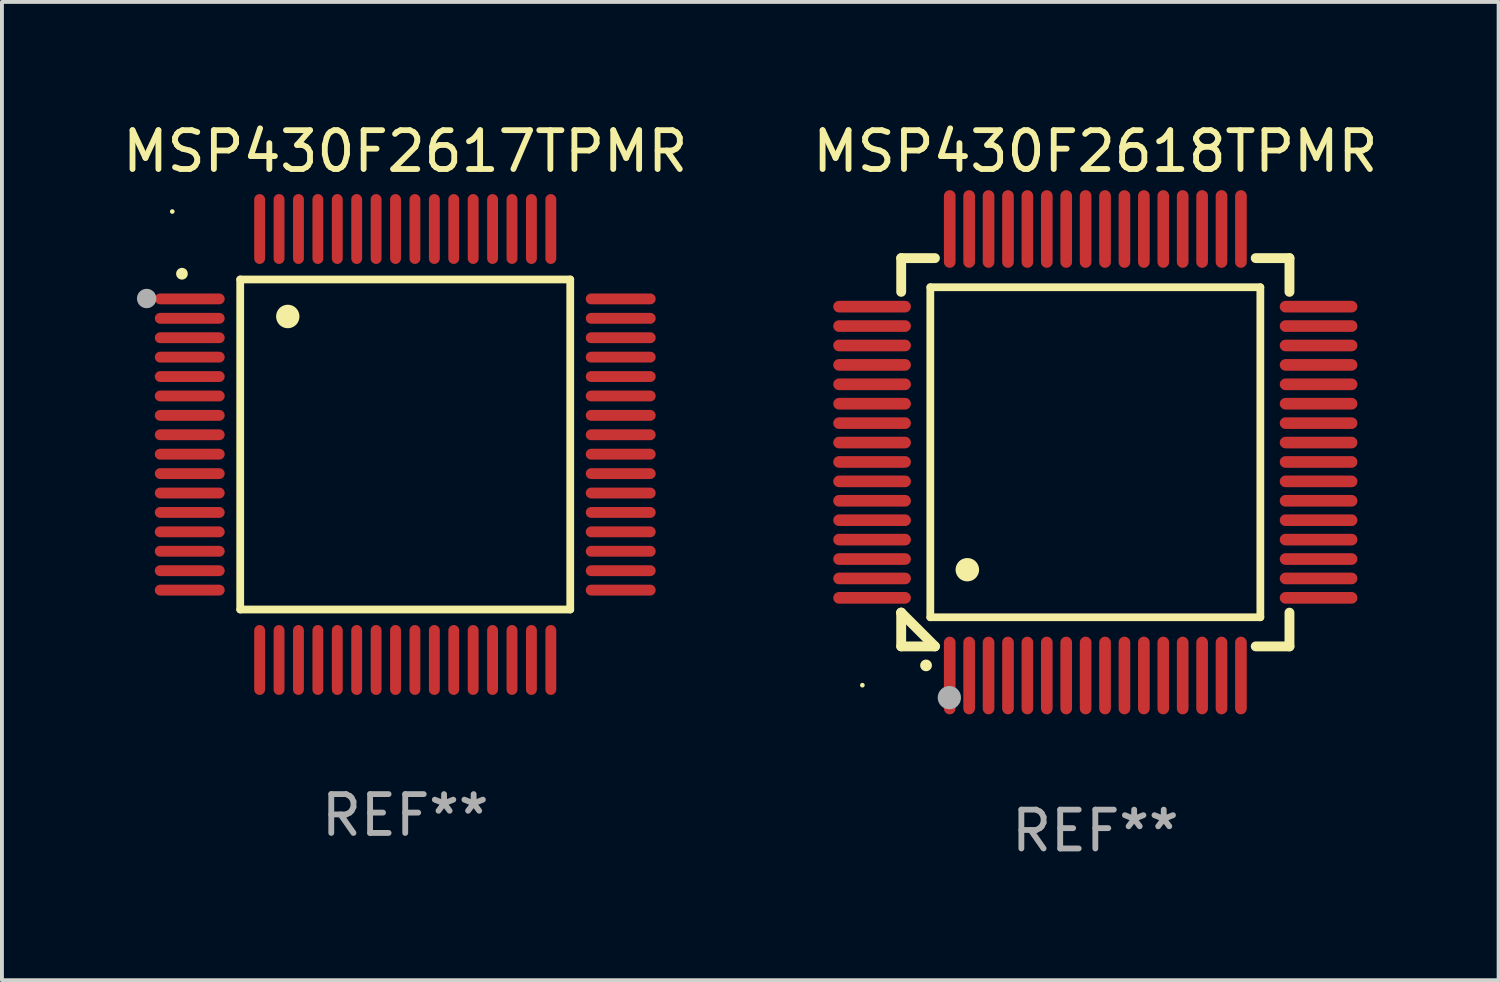
<source format=kicad_pcb>
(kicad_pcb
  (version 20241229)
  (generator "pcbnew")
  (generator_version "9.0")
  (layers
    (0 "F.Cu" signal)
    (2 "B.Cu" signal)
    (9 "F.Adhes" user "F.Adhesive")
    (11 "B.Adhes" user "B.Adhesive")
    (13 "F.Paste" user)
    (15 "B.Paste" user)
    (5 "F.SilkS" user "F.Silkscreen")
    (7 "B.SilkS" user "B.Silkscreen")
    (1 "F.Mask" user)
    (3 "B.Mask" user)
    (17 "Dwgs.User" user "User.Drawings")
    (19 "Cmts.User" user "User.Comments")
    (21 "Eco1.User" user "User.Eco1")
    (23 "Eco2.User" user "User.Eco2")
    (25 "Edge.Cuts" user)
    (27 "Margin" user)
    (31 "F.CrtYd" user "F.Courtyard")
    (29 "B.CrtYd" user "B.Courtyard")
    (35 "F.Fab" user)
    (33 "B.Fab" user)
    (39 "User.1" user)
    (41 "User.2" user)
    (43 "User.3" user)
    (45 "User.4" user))
  (footprint "MSP430F2617TPMR"
    (layer "F.Cu")
    (at 7.387 8.398)
    (property "Reference" "MSP430F2617TPMR" (at 0 -7.55 0) (layer "F.SilkS") (effects (font (size 1 1) (thickness 0.15))))
    (attr through_hole)
    (fp_line (start -4.25 -4.25) (end -4.25 4.25) (stroke (width 0.2) (type solid)) (layer "F.SilkS"))
    (fp_line (start -4.25 4.25) (end 4.25 4.25) (stroke (width 0.2) (type solid)) (layer "F.SilkS"))
    (fp_line (start 4.25 -4.25) (end -4.25 -4.25) (stroke (width 0.2) (type solid)) (layer "F.SilkS"))
    (fp_line (start 4.25 4.25) (end 4.25 -4.25) (stroke (width 0.2) (type solid)) (layer "F.SilkS"))
    (fp_arc (start -5.750572 -4.396749) (mid -5.750577 -4.398019) (end -5.750572 -4.399289) (stroke (width 0.3) (type solid)) (layer "F.SilkS"))
    (fp_arc (start -3.025146 -3.294387) (mid -3.025157 -3.296927) (end -3.025146 -3.299467) (stroke (width 0.6) (type solid)) (layer "F.SilkS"))
    (fp_circle (center -6 -6) (end -5.97 -6) (stroke (width 0.06) (type solid)) (fill no) (layer "F.SilkS"))
    (fp_circle (center -6.66 -3.76) (end -6.535 -3.76) (stroke (width 0.25) (type solid)) (fill no) (layer "F.Fab"))
    (fp_text user "REF**" (at 0 9.55 0) (layer "F.Fab") (effects (font (size 1 1) (thickness 0.15))))
    (pad "1" smd oval (at -5.55 -3.75) (size 1.8 0.28) (layers "F.Cu" "F.Mask" "F.Paste"))
    (pad "2" smd oval (at -5.55 -3.25) (size 1.8 0.28) (layers "F.Cu" "F.Mask" "F.Paste"))
    (pad "3" smd oval (at -5.55 -2.75) (size 1.8 0.28) (layers "F.Cu" "F.Mask" "F.Paste"))
    (pad "4" smd oval (at -5.55 -2.25) (size 1.8 0.28) (layers "F.Cu" "F.Mask" "F.Paste"))
    (pad "5" smd oval (at -5.55 -1.75) (size 1.8 0.28) (layers "F.Cu" "F.Mask" "F.Paste"))
    (pad "6" smd oval (at -5.55 -1.25) (size 1.8 0.28) (layers "F.Cu" "F.Mask" "F.Paste"))
    (pad "7" smd oval (at -5.55 -0.75) (size 1.8 0.28) (layers "F.Cu" "F.Mask" "F.Paste"))
    (pad "8" smd oval (at -5.55 -0.25) (size 1.8 0.28) (layers "F.Cu" "F.Mask" "F.Paste"))
    (pad "9" smd oval (at -5.55 0.25) (size 1.8 0.28) (layers "F.Cu" "F.Mask" "F.Paste"))
    (pad "10" smd oval (at -5.55 0.75) (size 1.8 0.28) (layers "F.Cu" "F.Mask" "F.Paste"))
    (pad "11" smd oval (at -5.55 1.25) (size 1.8 0.28) (layers "F.Cu" "F.Mask" "F.Paste"))
    (pad "12" smd oval (at -5.55 1.75) (size 1.8 0.28) (layers "F.Cu" "F.Mask" "F.Paste"))
    (pad "13" smd oval (at -5.55 2.25) (size 1.8 0.28) (layers "F.Cu" "F.Mask" "F.Paste"))
    (pad "14" smd oval (at -5.55 2.75) (size 1.8 0.28) (layers "F.Cu" "F.Mask" "F.Paste"))
    (pad "15" smd oval (at -5.55 3.25) (size 1.8 0.28) (layers "F.Cu" "F.Mask" "F.Paste"))
    (pad "16" smd oval (at -5.55 3.75) (size 1.8 0.28) (layers "F.Cu" "F.Mask" "F.Paste"))
    (pad "17" smd oval (at -3.75 5.55) (size 0.28 1.8) (layers "F.Cu" "F.Mask" "F.Paste"))
    (pad "18" smd oval (at -3.25 5.55) (size 0.28 1.8) (layers "F.Cu" "F.Mask" "F.Paste"))
    (pad "19" smd oval (at -2.75 5.55) (size 0.28 1.8) (layers "F.Cu" "F.Mask" "F.Paste"))
    (pad "20" smd oval (at -2.25 5.55) (size 0.28 1.8) (layers "F.Cu" "F.Mask" "F.Paste"))
    (pad "21" smd oval (at -1.75 5.55) (size 0.28 1.8) (layers "F.Cu" "F.Mask" "F.Paste"))
    (pad "22" smd oval (at -1.25 5.55) (size 0.28 1.8) (layers "F.Cu" "F.Mask" "F.Paste"))
    (pad "23" smd oval (at -0.75 5.55) (size 0.28 1.8) (layers "F.Cu" "F.Mask" "F.Paste"))
    (pad "24" smd oval (at -0.25 5.55) (size 0.28 1.8) (layers "F.Cu" "F.Mask" "F.Paste"))
    (pad "25" smd oval (at 0.25 5.55) (size 0.28 1.8) (layers "F.Cu" "F.Mask" "F.Paste"))
    (pad "26" smd oval (at 0.75 5.55) (size 0.28 1.8) (layers "F.Cu" "F.Mask" "F.Paste"))
    (pad "27" smd oval (at 1.25 5.55) (size 0.28 1.8) (layers "F.Cu" "F.Mask" "F.Paste"))
    (pad "28" smd oval (at 1.75 5.55) (size 0.28 1.8) (layers "F.Cu" "F.Mask" "F.Paste"))
    (pad "29" smd oval (at 2.25 5.55) (size 0.28 1.8) (layers "F.Cu" "F.Mask" "F.Paste"))
    (pad "30" smd oval (at 2.75 5.55) (size 0.28 1.8) (layers "F.Cu" "F.Mask" "F.Paste"))
    (pad "31" smd oval (at 3.25 5.55) (size 0.28 1.8) (layers "F.Cu" "F.Mask" "F.Paste"))
    (pad "32" smd oval (at 3.75 5.55) (size 0.28 1.8) (layers "F.Cu" "F.Mask" "F.Paste"))
    (pad "33" smd oval (at 5.55 3.75) (size 1.8 0.28) (layers "F.Cu" "F.Mask" "F.Paste"))
    (pad "34" smd oval (at 5.55 3.25) (size 1.8 0.28) (layers "F.Cu" "F.Mask" "F.Paste"))
    (pad "35" smd oval (at 5.55 2.75) (size 1.8 0.28) (layers "F.Cu" "F.Mask" "F.Paste"))
    (pad "36" smd oval (at 5.55 2.25) (size 1.8 0.28) (layers "F.Cu" "F.Mask" "F.Paste"))
    (pad "37" smd oval (at 5.55 1.75) (size 1.8 0.28) (layers "F.Cu" "F.Mask" "F.Paste"))
    (pad "38" smd oval (at 5.55 1.25) (size 1.8 0.28) (layers "F.Cu" "F.Mask" "F.Paste"))
    (pad "39" smd oval (at 5.55 0.75) (size 1.8 0.28) (layers "F.Cu" "F.Mask" "F.Paste"))
    (pad "40" smd oval (at 5.55 0.25) (size 1.8 0.28) (layers "F.Cu" "F.Mask" "F.Paste"))
    (pad "41" smd oval (at 5.55 -0.25) (size 1.8 0.28) (layers "F.Cu" "F.Mask" "F.Paste"))
    (pad "42" smd oval (at 5.55 -0.75) (size 1.8 0.28) (layers "F.Cu" "F.Mask" "F.Paste"))
    (pad "43" smd oval (at 5.55 -1.25) (size 1.8 0.28) (layers "F.Cu" "F.Mask" "F.Paste"))
    (pad "44" smd oval (at 5.55 -1.75) (size 1.8 0.28) (layers "F.Cu" "F.Mask" "F.Paste"))
    (pad "45" smd oval (at 5.55 -2.25) (size 1.8 0.28) (layers "F.Cu" "F.Mask" "F.Paste"))
    (pad "46" smd oval (at 5.55 -2.75) (size 1.8 0.28) (layers "F.Cu" "F.Mask" "F.Paste"))
    (pad "47" smd oval (at 5.55 -3.25) (size 1.8 0.28) (layers "F.Cu" "F.Mask" "F.Paste"))
    (pad "48" smd oval (at 5.55 -3.75) (size 1.8 0.28) (layers "F.Cu" "F.Mask" "F.Paste"))
    (pad "49" smd oval (at 3.75 -5.55) (size 0.28 1.8) (layers "F.Cu" "F.Mask" "F.Paste"))
    (pad "50" smd oval (at 3.25 -5.55) (size 0.28 1.8) (layers "F.Cu" "F.Mask" "F.Paste"))
    (pad "51" smd oval (at 2.75 -5.55) (size 0.28 1.8) (layers "F.Cu" "F.Mask" "F.Paste"))
    (pad "52" smd oval (at 2.25 -5.55) (size 0.28 1.8) (layers "F.Cu" "F.Mask" "F.Paste"))
    (pad "53" smd oval (at 1.75 -5.55) (size 0.28 1.8) (layers "F.Cu" "F.Mask" "F.Paste"))
    (pad "54" smd oval (at 1.25 -5.55) (size 0.28 1.8) (layers "F.Cu" "F.Mask" "F.Paste"))
    (pad "55" smd oval (at 0.75 -5.55) (size 0.28 1.8) (layers "F.Cu" "F.Mask" "F.Paste"))
    (pad "56" smd oval (at 0.25 -5.55) (size 0.28 1.8) (layers "F.Cu" "F.Mask" "F.Paste"))
    (pad "57" smd oval (at -0.25 -5.55) (size 0.28 1.8) (layers "F.Cu" "F.Mask" "F.Paste"))
    (pad "58" smd oval (at -0.75 -5.55) (size 0.28 1.8) (layers "F.Cu" "F.Mask" "F.Paste"))
    (pad "59" smd oval (at -1.25 -5.55) (size 0.28 1.8) (layers "F.Cu" "F.Mask" "F.Paste"))
    (pad "60" smd oval (at -1.75 -5.55) (size 0.28 1.8) (layers "F.Cu" "F.Mask" "F.Paste"))
    (pad "61" smd oval (at -2.25 -5.55) (size 0.28 1.8) (layers "F.Cu" "F.Mask" "F.Paste"))
    (pad "62" smd oval (at -2.75 -5.55) (size 0.28 1.8) (layers "F.Cu" "F.Mask" "F.Paste"))
    (pad "63" smd oval (at -3.25 -5.55) (size 0.28 1.8) (layers "F.Cu" "F.Mask" "F.Paste"))
    (pad "64" smd oval (at -3.75 -5.55) (size 0.28 1.8) (layers "F.Cu" "F.Mask" "F.Paste")))
  (footprint "MSP430F2618TPMR"
    (layer "F.Cu")
    (at 25.161 8.598)
    (property "Reference" "MSP430F2618TPMR" (at 0 -7.75 0) (layer "F.SilkS") (effects (font (size 1 1) (thickness 0.15))))
    (attr through_hole)
    (fp_line (start -5 -5) (end -4.131 -5) (stroke (width 0.254) (type solid)) (layer "F.SilkS"))
    (fp_line (start -5 -4.131) (end -5 -5) (stroke (width 0.254) (type solid)) (layer "F.SilkS"))
    (fp_line (start -5 4.131) (end -5 4.131) (stroke (width 0.254) (type solid)) (layer "F.SilkS"))
    (fp_line (start -5 5) (end -5 4.131) (stroke (width 0.254) (type solid)) (layer "F.SilkS"))
    (fp_line (start -5 4.131) (end -4.131 5) (stroke (width 0.254) (type solid)) (layer "F.SilkS"))
    (fp_line (start -4.25 -4.25) (end -4.25 4.25) (stroke (width 0.2) (type solid)) (layer "F.SilkS"))
    (fp_line (start -4.25 4.25) (end 4.25 4.25) (stroke (width 0.2) (type solid)) (layer "F.SilkS"))
    (fp_line (start -4.131 5) (end -5 5) (stroke (width 0.254) (type solid)) (layer "F.SilkS"))
    (fp_line (start 4.25 -4.25) (end -4.25 -4.25) (stroke (width 0.2) (type solid)) (layer "F.SilkS"))
    (fp_line (start 4.25 4.25) (end 4.25 -4.25) (stroke (width 0.2) (type solid)) (layer "F.SilkS"))
    (fp_line (start 5 -5) (end 4.131 -5) (stroke (width 0.254) (type solid)) (layer "F.SilkS"))
    (fp_line (start 5 -5) (end 5 -4.131) (stroke (width 0.254) (type solid)) (layer "F.SilkS"))
    (fp_line (start 5 4.131) (end 5 5) (stroke (width 0.254) (type solid)) (layer "F.SilkS"))
    (fp_line (start 5 5) (end 4.131 5) (stroke (width 0.254) (type solid)) (layer "F.SilkS"))
    (fp_arc (start -4.361265 5.489992) (mid -4.359995 5.489987) (end -4.358725 5.489992) (stroke (width 0.3) (type solid)) (layer "F.SilkS"))
    (fp_arc (start -3.299467 3.025146) (mid -3.296927 3.025135) (end -3.294387 3.025146) (stroke (width 0.6) (type solid)) (layer "F.SilkS"))
    (fp_circle (center -6 6) (end -5.97 6) (stroke (width 0.06) (type solid)) (fill no) (layer "F.SilkS"))
    (fp_circle (center -3.76 6.32) (end -3.61 6.32) (stroke (width 0.3) (type solid)) (fill no) (layer "F.Fab"))
    (fp_text user "REF**" (at 0 9.75 0) (layer "F.Fab") (effects (font (size 1 1) (thickness 0.15))))
    (pad "1" smd oval (at -3.75 5.75) (size 0.3 2) (layers "F.Cu" "F.Mask" "F.Paste"))
    (pad "2" smd oval (at -3.25 5.75) (size 0.3 2) (layers "F.Cu" "F.Mask" "F.Paste"))
    (pad "3" smd oval (at -2.75 5.75) (size 0.3 2) (layers "F.Cu" "F.Mask" "F.Paste"))
    (pad "4" smd oval (at -2.25 5.75) (size 0.3 2) (layers "F.Cu" "F.Mask" "F.Paste"))
    (pad "5" smd oval (at -1.75 5.75) (size 0.3 2) (layers "F.Cu" "F.Mask" "F.Paste"))
    (pad "6" smd oval (at -1.25 5.75) (size 0.3 2) (layers "F.Cu" "F.Mask" "F.Paste"))
    (pad "7" smd oval (at -0.75 5.75) (size 0.3 2) (layers "F.Cu" "F.Mask" "F.Paste"))
    (pad "8" smd oval (at -0.25 5.75) (size 0.3 2) (layers "F.Cu" "F.Mask" "F.Paste"))
    (pad "9" smd oval (at 0.25 5.75) (size 0.3 2) (layers "F.Cu" "F.Mask" "F.Paste"))
    (pad "10" smd oval (at 0.75 5.75) (size 0.3 2) (layers "F.Cu" "F.Mask" "F.Paste"))
    (pad "11" smd oval (at 1.25 5.75) (size 0.3 2) (layers "F.Cu" "F.Mask" "F.Paste"))
    (pad "12" smd oval (at 1.75 5.75) (size 0.3 2) (layers "F.Cu" "F.Mask" "F.Paste"))
    (pad "13" smd oval (at 2.25 5.75) (size 0.3 2) (layers "F.Cu" "F.Mask" "F.Paste"))
    (pad "14" smd oval (at 2.75 5.75) (size 0.3 2) (layers "F.Cu" "F.Mask" "F.Paste"))
    (pad "15" smd oval (at 3.25 5.75) (size 0.3 2) (layers "F.Cu" "F.Mask" "F.Paste"))
    (pad "16" smd oval (at 3.75 5.75) (size 0.3 2) (layers "F.Cu" "F.Mask" "F.Paste"))
    (pad "17" smd oval (at 5.75 3.75) (size 2 0.3) (layers "F.Cu" "F.Mask" "F.Paste"))
    (pad "18" smd oval (at 5.75 3.25) (size 2 0.3) (layers "F.Cu" "F.Mask" "F.Paste"))
    (pad "19" smd oval (at 5.75 2.75) (size 2 0.3) (layers "F.Cu" "F.Mask" "F.Paste"))
    (pad "20" smd oval (at 5.75 2.25) (size 2 0.3) (layers "F.Cu" "F.Mask" "F.Paste"))
    (pad "21" smd oval (at 5.75 1.75) (size 2 0.3) (layers "F.Cu" "F.Mask" "F.Paste"))
    (pad "22" smd oval (at 5.75 1.25) (size 2 0.3) (layers "F.Cu" "F.Mask" "F.Paste"))
    (pad "23" smd oval (at 5.75 0.75) (size 2 0.3) (layers "F.Cu" "F.Mask" "F.Paste"))
    (pad "24" smd oval (at 5.75 0.25) (size 2 0.3) (layers "F.Cu" "F.Mask" "F.Paste"))
    (pad "25" smd oval (at 5.75 -0.25) (size 2 0.3) (layers "F.Cu" "F.Mask" "F.Paste"))
    (pad "26" smd oval (at 5.75 -0.75) (size 2 0.3) (layers "F.Cu" "F.Mask" "F.Paste"))
    (pad "27" smd oval (at 5.75 -1.25) (size 2 0.3) (layers "F.Cu" "F.Mask" "F.Paste"))
    (pad "28" smd oval (at 5.75 -1.75) (size 2 0.3) (layers "F.Cu" "F.Mask" "F.Paste"))
    (pad "29" smd oval (at 5.75 -2.25) (size 2 0.3) (layers "F.Cu" "F.Mask" "F.Paste"))
    (pad "30" smd oval (at 5.75 -2.75) (size 2 0.3) (layers "F.Cu" "F.Mask" "F.Paste"))
    (pad "31" smd oval (at 5.75 -3.25) (size 2 0.3) (layers "F.Cu" "F.Mask" "F.Paste"))
    (pad "32" smd oval (at 5.75 -3.75) (size 2 0.3) (layers "F.Cu" "F.Mask" "F.Paste"))
    (pad "33" smd oval (at 3.75 -5.75) (size 0.3 2) (layers "F.Cu" "F.Mask" "F.Paste"))
    (pad "34" smd oval (at 3.25 -5.75) (size 0.3 2) (layers "F.Cu" "F.Mask" "F.Paste"))
    (pad "35" smd oval (at 2.75 -5.75) (size 0.3 2) (layers "F.Cu" "F.Mask" "F.Paste"))
    (pad "36" smd oval (at 2.25 -5.75) (size 0.3 2) (layers "F.Cu" "F.Mask" "F.Paste"))
    (pad "37" smd oval (at 1.75 -5.75) (size 0.3 2) (layers "F.Cu" "F.Mask" "F.Paste"))
    (pad "38" smd oval (at 1.25 -5.75) (size 0.3 2) (layers "F.Cu" "F.Mask" "F.Paste"))
    (pad "39" smd oval (at 0.75 -5.75) (size 0.3 2) (layers "F.Cu" "F.Mask" "F.Paste"))
    (pad "40" smd oval (at 0.25 -5.75) (size 0.3 2) (layers "F.Cu" "F.Mask" "F.Paste"))
    (pad "41" smd oval (at -0.25 -5.75) (size 0.3 2) (layers "F.Cu" "F.Mask" "F.Paste"))
    (pad "42" smd oval (at -0.75 -5.75) (size 0.3 2) (layers "F.Cu" "F.Mask" "F.Paste"))
    (pad "43" smd oval (at -1.25 -5.75) (size 0.3 2) (layers "F.Cu" "F.Mask" "F.Paste"))
    (pad "44" smd oval (at -1.75 -5.75) (size 0.3 2) (layers "F.Cu" "F.Mask" "F.Paste"))
    (pad "45" smd oval (at -2.25 -5.75) (size 0.3 2) (layers "F.Cu" "F.Mask" "F.Paste"))
    (pad "46" smd oval (at -2.75 -5.75) (size 0.3 2) (layers "F.Cu" "F.Mask" "F.Paste"))
    (pad "47" smd oval (at -3.25 -5.75) (size 0.3 2) (layers "F.Cu" "F.Mask" "F.Paste"))
    (pad "48" smd oval (at -3.75 -5.75) (size 0.3 2) (layers "F.Cu" "F.Mask" "F.Paste"))
    (pad "49" smd oval (at -5.75 -3.75) (size 2 0.3) (layers "F.Cu" "F.Mask" "F.Paste"))
    (pad "50" smd oval (at -5.75 -3.25) (size 2 0.3) (layers "F.Cu" "F.Mask" "F.Paste"))
    (pad "51" smd oval (at -5.75 -2.75) (size 2 0.3) (layers "F.Cu" "F.Mask" "F.Paste"))
    (pad "52" smd oval (at -5.75 -2.25) (size 2 0.3) (layers "F.Cu" "F.Mask" "F.Paste"))
    (pad "53" smd oval (at -5.75 -1.75) (size 2 0.3) (layers "F.Cu" "F.Mask" "F.Paste"))
    (pad "54" smd oval (at -5.75 -1.25) (size 2 0.3) (layers "F.Cu" "F.Mask" "F.Paste"))
    (pad "55" smd oval (at -5.75 -0.75) (size 2 0.3) (layers "F.Cu" "F.Mask" "F.Paste"))
    (pad "56" smd oval (at -5.75 -0.25) (size 2 0.3) (layers "F.Cu" "F.Mask" "F.Paste"))
    (pad "57" smd oval (at -5.75 0.25) (size 2 0.3) (layers "F.Cu" "F.Mask" "F.Paste"))
    (pad "58" smd oval (at -5.75 0.75) (size 2 0.3) (layers "F.Cu" "F.Mask" "F.Paste"))
    (pad "59" smd oval (at -5.75 1.25) (size 2 0.3) (layers "F.Cu" "F.Mask" "F.Paste"))
    (pad "60" smd oval (at -5.75 1.75) (size 2 0.3) (layers "F.Cu" "F.Mask" "F.Paste"))
    (pad "61" smd oval (at -5.75 2.25) (size 2 0.3) (layers "F.Cu" "F.Mask" "F.Paste"))
    (pad "62" smd oval (at -5.75 2.75) (size 2 0.3) (layers "F.Cu" "F.Mask" "F.Paste"))
    (pad "63" smd oval (at -5.75 3.25) (size 2 0.3) (layers "F.Cu" "F.Mask" "F.Paste"))
    (pad "64" smd oval (at -5.75 3.75) (size 2 0.3) (layers "F.Cu" "F.Mask" "F.Paste")))
  (gr_rect
    (start -3 -3)
    (end 35.548 22.196)
    (stroke (width 0.1) (type default))
    (fill no)
    (layer "Edge.Cuts")))
</source>
